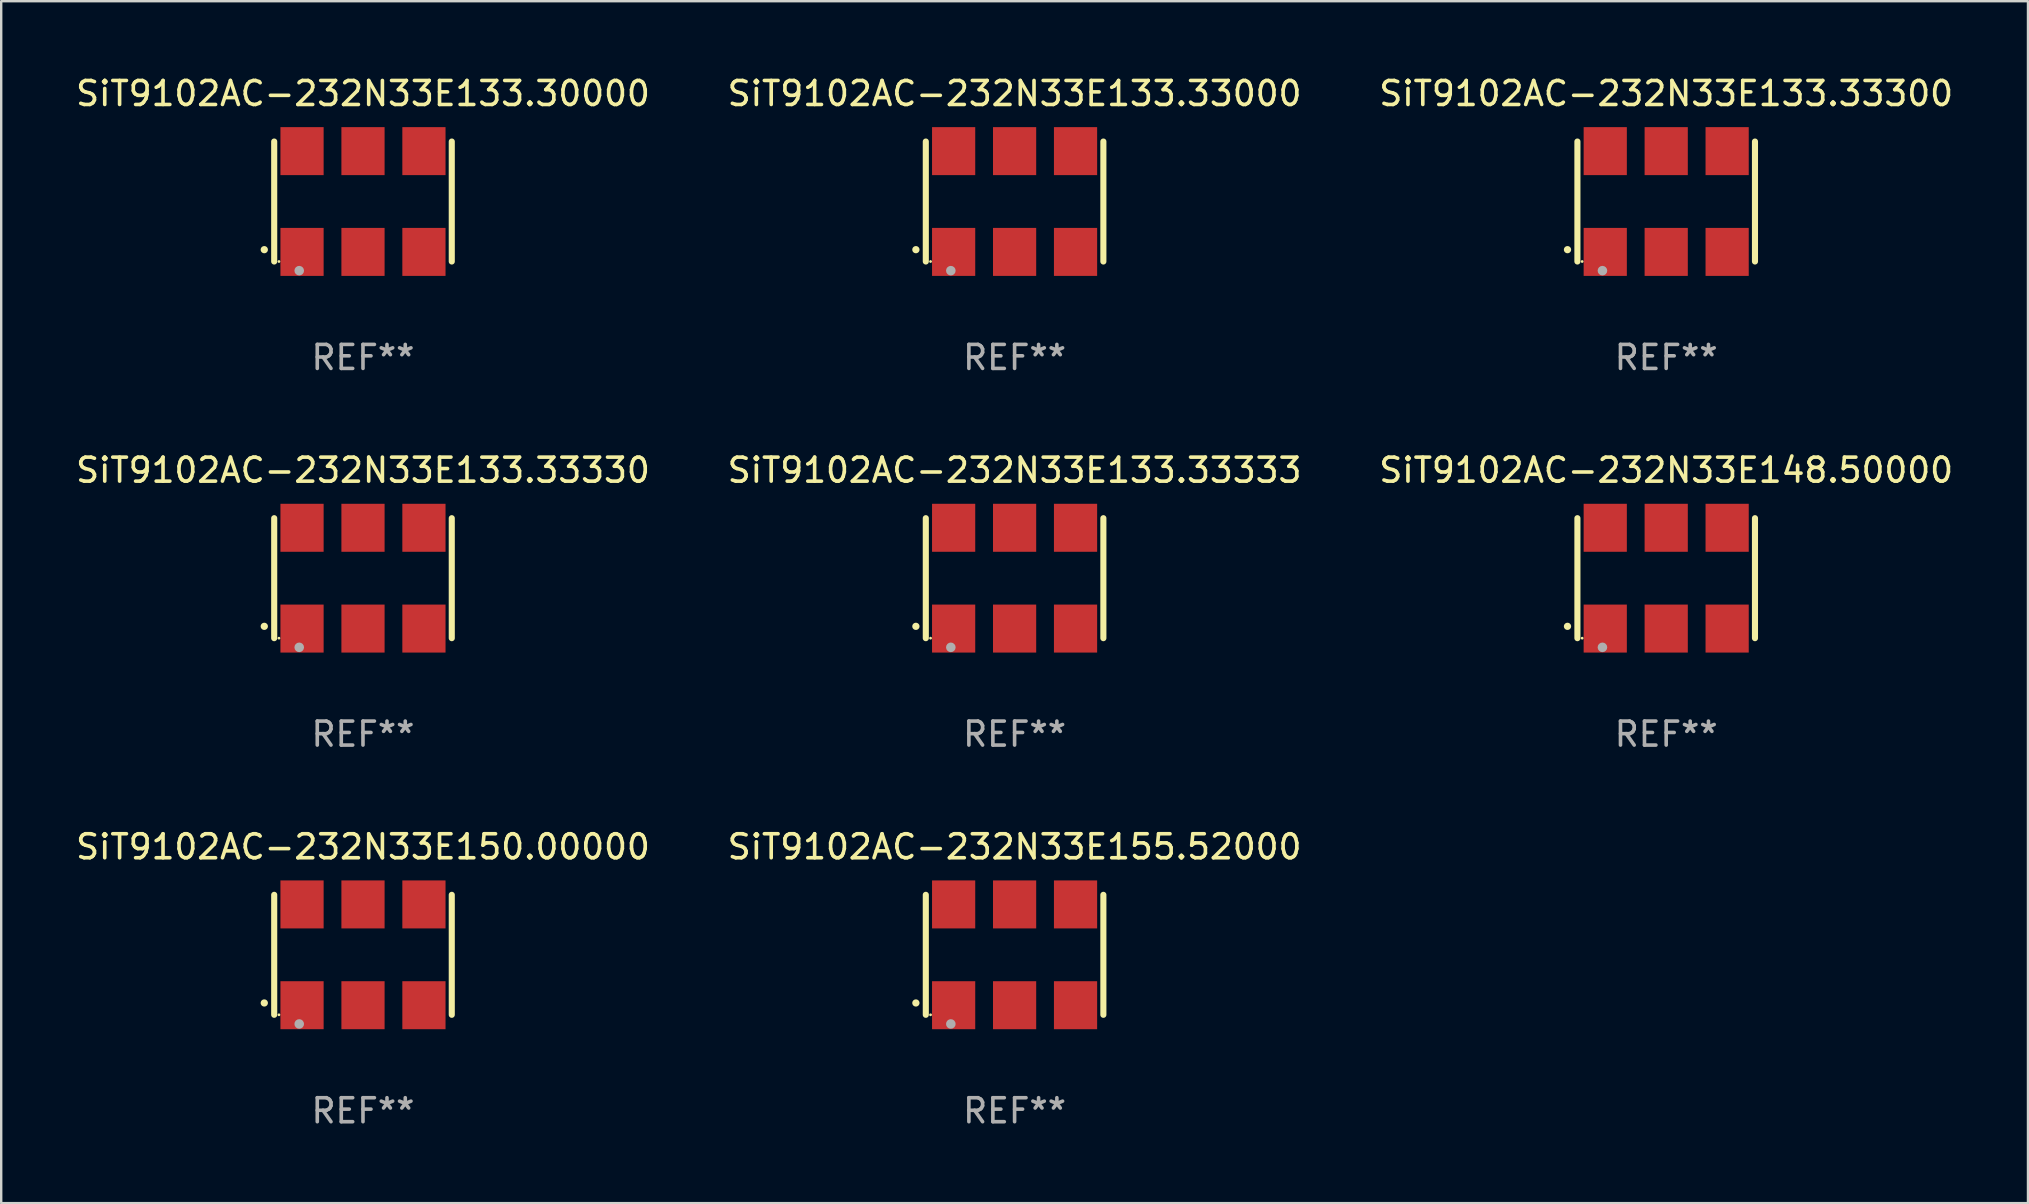
<source format=kicad_pcb>
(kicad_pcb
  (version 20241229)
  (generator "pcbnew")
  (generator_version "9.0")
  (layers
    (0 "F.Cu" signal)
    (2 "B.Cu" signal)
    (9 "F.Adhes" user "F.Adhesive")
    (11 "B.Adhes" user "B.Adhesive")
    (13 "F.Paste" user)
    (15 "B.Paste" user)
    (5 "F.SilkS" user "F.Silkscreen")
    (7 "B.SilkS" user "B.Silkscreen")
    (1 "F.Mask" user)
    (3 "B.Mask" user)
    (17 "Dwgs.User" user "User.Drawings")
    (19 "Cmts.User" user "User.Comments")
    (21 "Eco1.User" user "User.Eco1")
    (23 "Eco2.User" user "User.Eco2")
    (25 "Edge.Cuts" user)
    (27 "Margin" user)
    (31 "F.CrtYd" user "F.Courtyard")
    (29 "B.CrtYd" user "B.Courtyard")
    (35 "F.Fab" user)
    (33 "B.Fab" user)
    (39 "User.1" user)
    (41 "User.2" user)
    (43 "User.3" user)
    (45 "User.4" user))
  (footprint "SiT9102AC-232N33E155.52000"
    (layer "F.Cu")
    (at 39.232 36.741)
    (property "Reference" "SiT9102AC-232N33E155.52000" (at 0 -4.5 0) (layer "F.SilkS") (effects (font (size 1 1) (thickness 0.15))))
    (attr through_hole)
    (fp_line (start -3.7 -2.5) (end -3.7 2.5) (stroke (width 0.254) (type solid)) (layer "F.SilkS"))
    (fp_line (start 3.7 -2.5) (end 3.7 2.5) (stroke (width 0.254) (type solid)) (layer "F.SilkS"))
    (fp_arc (start -4.114415 2.006604) (mid -4.113145 2.006599) (end -4.111875 2.006604) (stroke (width 0.3) (type solid)) (layer "F.SilkS"))
    (fp_circle (center -3.502 2.5) (end -3.472 2.5) (stroke (width 0.06) (type solid)) (fill no) (layer "F.SilkS"))
    (fp_circle (center -2.657 2.882) (end -2.557 2.882) (stroke (width 0.2) (type solid)) (fill no) (layer "F.Fab"))
    (fp_text user "REF**" (at 0 6.5 0) (layer "F.Fab") (effects (font (size 1 1) (thickness 0.15))))
    (pad "1" smd rect (at -2.54 2.1) (size 1.8 2) (layers "F.Cu" "F.Mask" "F.Paste"))
    (pad "2" smd rect (at 0.000394 2.1) (size 1.8 2) (layers "F.Cu" "F.Mask" "F.Paste"))
    (pad "3" smd rect (at 2.54 2.1) (size 1.8 2) (layers "F.Cu" "F.Mask" "F.Paste"))
    (pad "4" smd rect (at 2.54 -2.1) (size 1.8 2) (layers "F.Cu" "F.Mask" "F.Paste"))
    (pad "5" smd rect (at 0.000394 -2.1) (size 1.8 2) (layers "F.Cu" "F.Mask" "F.Paste"))
    (pad "6" smd rect (at -2.54 -2.1) (size 1.8 2) (layers "F.Cu" "F.Mask" "F.Paste")))
  (footprint "SiT9102AC-232N33E133.33330"
    (layer "F.Cu")
    (at 12.077 21.045)
    (property "Reference" "SiT9102AC-232N33E133.33330" (at 0 -4.5 0) (layer "F.SilkS") (effects (font (size 1 1) (thickness 0.15))))
    (attr through_hole)
    (fp_line (start -3.7 -2.5) (end -3.7 2.5) (stroke (width 0.254) (type solid)) (layer "F.SilkS"))
    (fp_line (start 3.7 -2.5) (end 3.7 2.5) (stroke (width 0.254) (type solid)) (layer "F.SilkS"))
    (fp_arc (start -4.114415 2.006604) (mid -4.113145 2.006599) (end -4.111875 2.006604) (stroke (width 0.3) (type solid)) (layer "F.SilkS"))
    (fp_circle (center -3.502 2.5) (end -3.472 2.5) (stroke (width 0.06) (type solid)) (fill no) (layer "F.SilkS"))
    (fp_circle (center -2.657 2.882) (end -2.557 2.882) (stroke (width 0.2) (type solid)) (fill no) (layer "F.Fab"))
    (fp_text user "REF**" (at 0 6.5 0) (layer "F.Fab") (effects (font (size 1 1) (thickness 0.15))))
    (pad "1" smd rect (at -2.54 2.1) (size 1.8 2) (layers "F.Cu" "F.Mask" "F.Paste"))
    (pad "2" smd rect (at 0.000394 2.1) (size 1.8 2) (layers "F.Cu" "F.Mask" "F.Paste"))
    (pad "3" smd rect (at 2.54 2.1) (size 1.8 2) (layers "F.Cu" "F.Mask" "F.Paste"))
    (pad "4" smd rect (at 2.54 -2.1) (size 1.8 2) (layers "F.Cu" "F.Mask" "F.Paste"))
    (pad "5" smd rect (at 0.000394 -2.1) (size 1.8 2) (layers "F.Cu" "F.Mask" "F.Paste"))
    (pad "6" smd rect (at -2.54 -2.1) (size 1.8 2) (layers "F.Cu" "F.Mask" "F.Paste")))
  (footprint "SiT9102AC-232N33E133.33000"
    (layer "F.Cu")
    (at 39.232 5.348)
    (property "Reference" "SiT9102AC-232N33E133.33000" (at 0 -4.5 0) (layer "F.SilkS") (effects (font (size 1 1) (thickness 0.15))))
    (attr through_hole)
    (fp_line (start -3.7 -2.5) (end -3.7 2.5) (stroke (width 0.254) (type solid)) (layer "F.SilkS"))
    (fp_line (start 3.7 -2.5) (end 3.7 2.5) (stroke (width 0.254) (type solid)) (layer "F.SilkS"))
    (fp_arc (start -4.114415 2.006604) (mid -4.113145 2.006599) (end -4.111875 2.006604) (stroke (width 0.3) (type solid)) (layer "F.SilkS"))
    (fp_circle (center -3.502 2.5) (end -3.472 2.5) (stroke (width 0.06) (type solid)) (fill no) (layer "F.SilkS"))
    (fp_circle (center -2.657 2.882) (end -2.557 2.882) (stroke (width 0.2) (type solid)) (fill no) (layer "F.Fab"))
    (fp_text user "REF**" (at 0 6.5 0) (layer "F.Fab") (effects (font (size 1 1) (thickness 0.15))))
    (pad "1" smd rect (at -2.54 2.1) (size 1.8 2) (layers "F.Cu" "F.Mask" "F.Paste"))
    (pad "2" smd rect (at 0.000394 2.1) (size 1.8 2) (layers "F.Cu" "F.Mask" "F.Paste"))
    (pad "3" smd rect (at 2.54 2.1) (size 1.8 2) (layers "F.Cu" "F.Mask" "F.Paste"))
    (pad "4" smd rect (at 2.54 -2.1) (size 1.8 2) (layers "F.Cu" "F.Mask" "F.Paste"))
    (pad "5" smd rect (at 0.000394 -2.1) (size 1.8 2) (layers "F.Cu" "F.Mask" "F.Paste"))
    (pad "6" smd rect (at -2.54 -2.1) (size 1.8 2) (layers "F.Cu" "F.Mask" "F.Paste")))
  (footprint "SiT9102AC-232N33E133.33333"
    (layer "F.Cu")
    (at 39.232 21.045)
    (property "Reference" "SiT9102AC-232N33E133.33333" (at 0 -4.5 0) (layer "F.SilkS") (effects (font (size 1 1) (thickness 0.15))))
    (attr through_hole)
    (fp_line (start -3.7 -2.5) (end -3.7 2.5) (stroke (width 0.254) (type solid)) (layer "F.SilkS"))
    (fp_line (start 3.7 -2.5) (end 3.7 2.5) (stroke (width 0.254) (type solid)) (layer "F.SilkS"))
    (fp_arc (start -4.114415 2.006604) (mid -4.113145 2.006599) (end -4.111875 2.006604) (stroke (width 0.3) (type solid)) (layer "F.SilkS"))
    (fp_circle (center -3.502 2.5) (end -3.472 2.5) (stroke (width 0.06) (type solid)) (fill no) (layer "F.SilkS"))
    (fp_circle (center -2.657 2.882) (end -2.557 2.882) (stroke (width 0.2) (type solid)) (fill no) (layer "F.Fab"))
    (fp_text user "REF**" (at 0 6.5 0) (layer "F.Fab") (effects (font (size 1 1) (thickness 0.15))))
    (pad "1" smd rect (at -2.54 2.1) (size 1.8 2) (layers "F.Cu" "F.Mask" "F.Paste"))
    (pad "2" smd rect (at 0.000394 2.1) (size 1.8 2) (layers "F.Cu" "F.Mask" "F.Paste"))
    (pad "3" smd rect (at 2.54 2.1) (size 1.8 2) (layers "F.Cu" "F.Mask" "F.Paste"))
    (pad "4" smd rect (at 2.54 -2.1) (size 1.8 2) (layers "F.Cu" "F.Mask" "F.Paste"))
    (pad "5" smd rect (at 0.000394 -2.1) (size 1.8 2) (layers "F.Cu" "F.Mask" "F.Paste"))
    (pad "6" smd rect (at -2.54 -2.1) (size 1.8 2) (layers "F.Cu" "F.Mask" "F.Paste")))
  (footprint "SiT9102AC-232N33E148.50000"
    (layer "F.Cu")
    (at 66.387 21.045)
    (property "Reference" "SiT9102AC-232N33E148.50000" (at 0 -4.5 0) (layer "F.SilkS") (effects (font (size 1 1) (thickness 0.15))))
    (attr through_hole)
    (fp_line (start -3.7 -2.5) (end -3.7 2.5) (stroke (width 0.254) (type solid)) (layer "F.SilkS"))
    (fp_line (start 3.7 -2.5) (end 3.7 2.5) (stroke (width 0.254) (type solid)) (layer "F.SilkS"))
    (fp_arc (start -4.114415 2.006604) (mid -4.113145 2.006599) (end -4.111875 2.006604) (stroke (width 0.3) (type solid)) (layer "F.SilkS"))
    (fp_circle (center -3.502 2.5) (end -3.472 2.5) (stroke (width 0.06) (type solid)) (fill no) (layer "F.SilkS"))
    (fp_circle (center -2.657 2.882) (end -2.557 2.882) (stroke (width 0.2) (type solid)) (fill no) (layer "F.Fab"))
    (fp_text user "REF**" (at 0 6.5 0) (layer "F.Fab") (effects (font (size 1 1) (thickness 0.15))))
    (pad "1" smd rect (at -2.54 2.1) (size 1.8 2) (layers "F.Cu" "F.Mask" "F.Paste"))
    (pad "2" smd rect (at 0.000394 2.1) (size 1.8 2) (layers "F.Cu" "F.Mask" "F.Paste"))
    (pad "3" smd rect (at 2.54 2.1) (size 1.8 2) (layers "F.Cu" "F.Mask" "F.Paste"))
    (pad "4" smd rect (at 2.54 -2.1) (size 1.8 2) (layers "F.Cu" "F.Mask" "F.Paste"))
    (pad "5" smd rect (at 0.000394 -2.1) (size 1.8 2) (layers "F.Cu" "F.Mask" "F.Paste"))
    (pad "6" smd rect (at -2.54 -2.1) (size 1.8 2) (layers "F.Cu" "F.Mask" "F.Paste")))
  (footprint "SiT9102AC-232N33E133.33300"
    (layer "F.Cu")
    (at 66.387 5.348)
    (property "Reference" "SiT9102AC-232N33E133.33300" (at 0 -4.5 0) (layer "F.SilkS") (effects (font (size 1 1) (thickness 0.15))))
    (attr through_hole)
    (fp_line (start -3.7 -2.5) (end -3.7 2.5) (stroke (width 0.254) (type solid)) (layer "F.SilkS"))
    (fp_line (start 3.7 -2.5) (end 3.7 2.5) (stroke (width 0.254) (type solid)) (layer "F.SilkS"))
    (fp_arc (start -4.114415 2.006604) (mid -4.113145 2.006599) (end -4.111875 2.006604) (stroke (width 0.3) (type solid)) (layer "F.SilkS"))
    (fp_circle (center -3.502 2.5) (end -3.472 2.5) (stroke (width 0.06) (type solid)) (fill no) (layer "F.SilkS"))
    (fp_circle (center -2.657 2.882) (end -2.557 2.882) (stroke (width 0.2) (type solid)) (fill no) (layer "F.Fab"))
    (fp_text user "REF**" (at 0 6.5 0) (layer "F.Fab") (effects (font (size 1 1) (thickness 0.15))))
    (pad "1" smd rect (at -2.54 2.1) (size 1.8 2) (layers "F.Cu" "F.Mask" "F.Paste"))
    (pad "2" smd rect (at 0.000394 2.1) (size 1.8 2) (layers "F.Cu" "F.Mask" "F.Paste"))
    (pad "3" smd rect (at 2.54 2.1) (size 1.8 2) (layers "F.Cu" "F.Mask" "F.Paste"))
    (pad "4" smd rect (at 2.54 -2.1) (size 1.8 2) (layers "F.Cu" "F.Mask" "F.Paste"))
    (pad "5" smd rect (at 0.000394 -2.1) (size 1.8 2) (layers "F.Cu" "F.Mask" "F.Paste"))
    (pad "6" smd rect (at -2.54 -2.1) (size 1.8 2) (layers "F.Cu" "F.Mask" "F.Paste")))
  (footprint "SiT9102AC-232N33E133.30000"
    (layer "F.Cu")
    (at 12.077 5.348)
    (property "Reference" "SiT9102AC-232N33E133.30000" (at 0 -4.5 0) (layer "F.SilkS") (effects (font (size 1 1) (thickness 0.15))))
    (attr through_hole)
    (fp_line (start -3.7 -2.5) (end -3.7 2.5) (stroke (width 0.254) (type solid)) (layer "F.SilkS"))
    (fp_line (start 3.7 -2.5) (end 3.7 2.5) (stroke (width 0.254) (type solid)) (layer "F.SilkS"))
    (fp_arc (start -4.114415 2.006604) (mid -4.113145 2.006599) (end -4.111875 2.006604) (stroke (width 0.3) (type solid)) (layer "F.SilkS"))
    (fp_circle (center -3.502 2.5) (end -3.472 2.5) (stroke (width 0.06) (type solid)) (fill no) (layer "F.SilkS"))
    (fp_circle (center -2.657 2.882) (end -2.557 2.882) (stroke (width 0.2) (type solid)) (fill no) (layer "F.Fab"))
    (fp_text user "REF**" (at 0 6.5 0) (layer "F.Fab") (effects (font (size 1 1) (thickness 0.15))))
    (pad "1" smd rect (at -2.54 2.1) (size 1.8 2) (layers "F.Cu" "F.Mask" "F.Paste"))
    (pad "2" smd rect (at 0.000394 2.1) (size 1.8 2) (layers "F.Cu" "F.Mask" "F.Paste"))
    (pad "3" smd rect (at 2.54 2.1) (size 1.8 2) (layers "F.Cu" "F.Mask" "F.Paste"))
    (pad "4" smd rect (at 2.54 -2.1) (size 1.8 2) (layers "F.Cu" "F.Mask" "F.Paste"))
    (pad "5" smd rect (at 0.000394 -2.1) (size 1.8 2) (layers "F.Cu" "F.Mask" "F.Paste"))
    (pad "6" smd rect (at -2.54 -2.1) (size 1.8 2) (layers "F.Cu" "F.Mask" "F.Paste")))
  (footprint "SiT9102AC-232N33E150.00000"
    (layer "F.Cu")
    (at 12.077 36.741)
    (property "Reference" "SiT9102AC-232N33E150.00000" (at 0 -4.5 0) (layer "F.SilkS") (effects (font (size 1 1) (thickness 0.15))))
    (attr through_hole)
    (fp_line (start -3.7 -2.5) (end -3.7 2.5) (stroke (width 0.254) (type solid)) (layer "F.SilkS"))
    (fp_line (start 3.7 -2.5) (end 3.7 2.5) (stroke (width 0.254) (type solid)) (layer "F.SilkS"))
    (fp_arc (start -4.114415 2.006604) (mid -4.113145 2.006599) (end -4.111875 2.006604) (stroke (width 0.3) (type solid)) (layer "F.SilkS"))
    (fp_circle (center -3.502 2.5) (end -3.472 2.5) (stroke (width 0.06) (type solid)) (fill no) (layer "F.SilkS"))
    (fp_circle (center -2.657 2.882) (end -2.557 2.882) (stroke (width 0.2) (type solid)) (fill no) (layer "F.Fab"))
    (fp_text user "REF**" (at 0 6.5 0) (layer "F.Fab") (effects (font (size 1 1) (thickness 0.15))))
    (pad "1" smd rect (at -2.54 2.1) (size 1.8 2) (layers "F.Cu" "F.Mask" "F.Paste"))
    (pad "2" smd rect (at 0.000394 2.1) (size 1.8 2) (layers "F.Cu" "F.Mask" "F.Paste"))
    (pad "3" smd rect (at 2.54 2.1) (size 1.8 2) (layers "F.Cu" "F.Mask" "F.Paste"))
    (pad "4" smd rect (at 2.54 -2.1) (size 1.8 2) (layers "F.Cu" "F.Mask" "F.Paste"))
    (pad "5" smd rect (at 0.000394 -2.1) (size 1.8 2) (layers "F.Cu" "F.Mask" "F.Paste"))
    (pad "6" smd rect (at -2.54 -2.1) (size 1.8 2) (layers "F.Cu" "F.Mask" "F.Paste")))
  (gr_rect
    (start -3 -3)
    (end 81.464 47.09)
    (stroke (width 0.1) (type default))
    (fill no)
    (layer "Edge.Cuts")))
</source>
